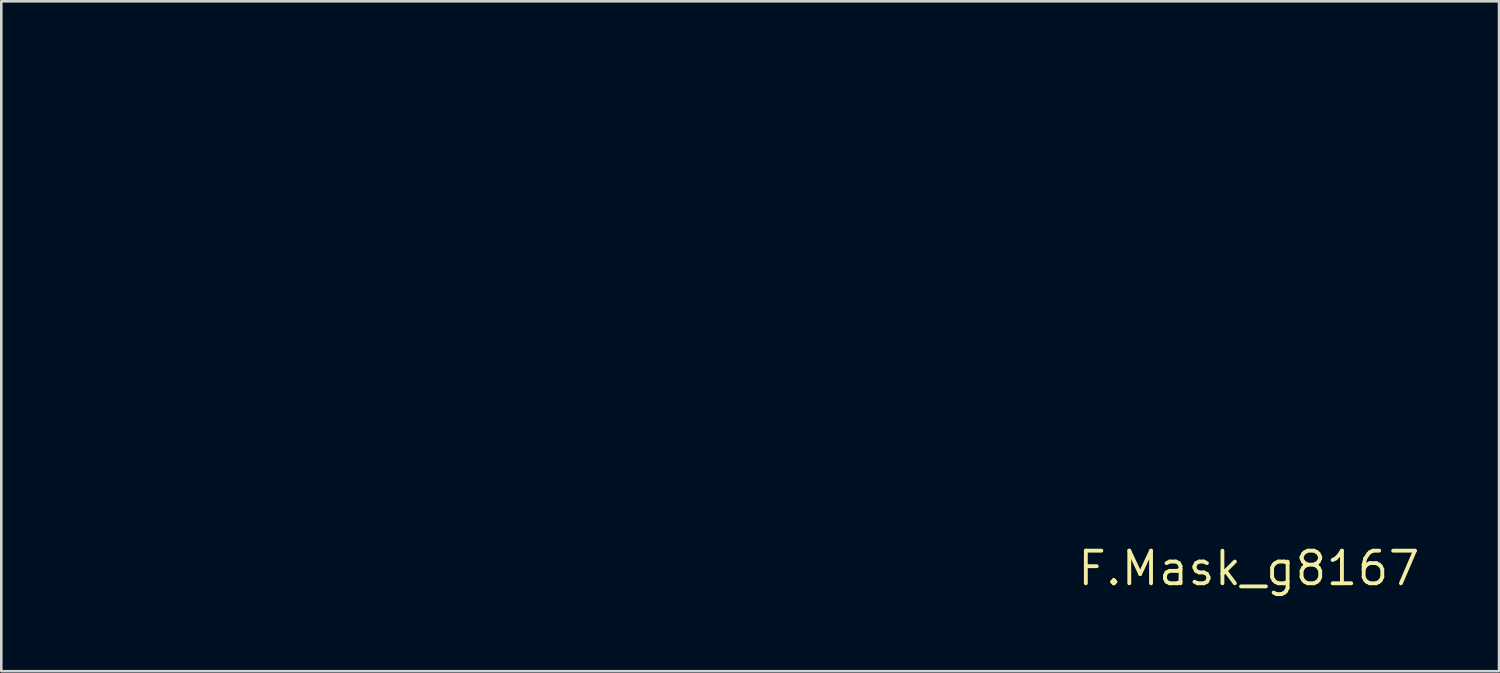
<source format=kicad_pcb>
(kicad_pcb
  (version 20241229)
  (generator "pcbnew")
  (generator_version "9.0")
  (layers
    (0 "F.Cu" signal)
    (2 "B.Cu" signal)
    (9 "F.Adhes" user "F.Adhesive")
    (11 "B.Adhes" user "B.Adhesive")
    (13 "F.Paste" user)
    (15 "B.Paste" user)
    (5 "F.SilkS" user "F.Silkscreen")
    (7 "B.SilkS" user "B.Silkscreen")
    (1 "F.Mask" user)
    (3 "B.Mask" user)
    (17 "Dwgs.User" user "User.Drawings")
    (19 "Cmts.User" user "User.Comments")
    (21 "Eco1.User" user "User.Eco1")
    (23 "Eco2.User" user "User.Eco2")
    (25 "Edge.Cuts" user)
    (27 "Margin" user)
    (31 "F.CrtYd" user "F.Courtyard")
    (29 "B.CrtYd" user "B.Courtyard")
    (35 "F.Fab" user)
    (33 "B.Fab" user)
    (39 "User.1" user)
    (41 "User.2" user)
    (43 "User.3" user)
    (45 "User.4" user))
  (footprint "F.Mask_g8167"
    (layer "F.Cu")
    (at 45.608 19.097)
    (property "Reference" "F.Mask_g8167" (at 0 0 0) (layer "F.SilkS") (effects (font (size 1.27 1.27) (thickness 0.15))))
    (attr through_hole)
    (fp_poly (pts (xy -42.173 -19.066) (xy -41.963 -18.979) (xy -41.752 -18.822) (xy -41.743 -18.814) (xy -41.661 -18.74) (xy -41.595 -18.674) (xy -41.542 -18.607) (xy -41.501 -18.529) (xy -41.47 -18.431) (xy -41.448 -18.303) (xy -41.432 -18.136) (xy -41.421 -17.922) (xy -41.413 -17.65) (xy -41.408 -17.311) (xy -41.402 -16.933) (xy -41.381 -15.473) (xy -39.285 -15.45) (xy -39.285 -16.819) (xy -39.285 -17.215) (xy -39.282 -17.536) (xy -39.278 -17.791) (xy -39.272 -17.989) (xy -39.262 -18.139) (xy -39.25 -18.251) (xy -39.234 -18.334) (xy -39.221 -18.378) (xy -39.093 -18.638) (xy -38.915 -18.84) (xy -38.699 -18.982) (xy -38.456 -19.066) (xy -38.2 -19.088) (xy -37.943 -19.048) (xy -37.696 -18.945) (xy -37.473 -18.778) (xy -37.285 -18.546) (xy -37.282 -18.542) (xy -37.257 -18.499) (xy -37.237 -18.453) (xy -37.221 -18.393) (xy -37.209 -18.311) (xy -37.199 -18.198) (xy -37.191 -18.044) (xy -37.184 -17.84) (xy -37.179 -17.577) (xy -37.173 -17.246) (xy -37.169 -16.933) (xy -37.148 -15.473) (xy -36.449 -15.452) (xy -36.163 -15.441) (xy -35.945 -15.427) (xy -35.781 -15.405) (xy -35.656 -15.37) (xy -35.553 -15.318) (xy -35.456 -15.245) (xy -35.352 -15.145) (xy -35.341 -15.134) (xy -35.17 -14.925) (xy -35.072 -14.706) (xy -35.037 -14.45) (xy -35.037 -14.413) (xy -35.075 -14.117) (xy -35.189 -13.857) (xy -35.377 -13.637) (xy -35.408 -13.611) (xy -35.54 -13.51) (xy -35.661 -13.437) (xy -35.791 -13.387) (xy -35.945 -13.357) (xy -36.143 -13.341) (xy -36.402 -13.335) (xy -36.511 -13.335) (xy -37.126 -13.335) (xy -37.126 -10.964) (xy -36.587 -10.963) (xy -36.361 -10.959) (xy -36.148 -10.95) (xy -35.971 -10.936) (xy -35.856 -10.919) (xy -35.6 -10.819) (xy -35.373 -10.652) (xy -35.193 -10.433) (xy -35.073 -10.178) (xy -35.053 -10.103) (xy -35.036 -9.841) (xy -35.091 -9.576) (xy -35.209 -9.328) (xy -35.381 -9.115) (xy -35.554 -8.984) (xy -35.63 -8.942) (xy -35.701 -8.911) (xy -35.783 -8.889) (xy -35.89 -8.875) (xy -36.039 -8.866) (xy -36.245 -8.859) (xy -36.46 -8.855) (xy -37.169 -8.841) (xy -37.169 -7.425) (xy -37.169 -7.019) (xy -37.17 -6.687) (xy -37.175 -6.422) (xy -37.184 -6.212) (xy -37.199 -6.048) (xy -37.221 -5.921) (xy -37.252 -5.82) (xy -37.294 -5.737) (xy -37.348 -5.662) (xy -37.415 -5.584) (xy -37.465 -5.529) (xy -37.688 -5.345) (xy -37.94 -5.232) (xy -38.208 -5.19) (xy -38.476 -5.22) (xy -38.731 -5.322) (xy -38.957 -5.496) (xy -38.983 -5.523) (xy -39.06 -5.611) (xy -39.123 -5.697) (xy -39.173 -5.792) (xy -39.211 -5.904) (xy -39.24 -6.044) (xy -39.26 -6.22) (xy -39.273 -6.443) (xy -39.281 -6.721) (xy -39.284 -7.064) (xy -39.285 -7.482) (xy -39.285 -7.501) (xy -39.285 -8.848) (xy -41.402 -8.848) (xy -41.402 -7.428) (xy -41.402 -7.023) (xy -41.404 -6.693) (xy -41.408 -6.428) (xy -41.417 -6.219) (xy -41.431 -6.055) (xy -41.451 -5.928) (xy -41.48 -5.827) (xy -41.517 -5.742) (xy -41.566 -5.664) (xy -41.626 -5.584) (xy -41.656 -5.545) (xy -41.847 -5.369) (xy -42.088 -5.25) (xy -42.359 -5.194) (xy -42.641 -5.206) (xy -42.661 -5.21) (xy -42.884 -5.29) (xy -43.099 -5.433) (xy -43.278 -5.617) (xy -43.338 -5.706) (xy -43.455 -5.905) (xy -43.468 -7.377) (xy -43.48 -8.848) (xy -44.108 -8.848) (xy -44.469 -8.857) (xy -44.759 -8.886) (xy -44.988 -8.941) (xy -45.169 -9.027) (xy -45.312 -9.148) (xy -45.429 -9.309) (xy -45.49 -9.422) (xy -45.588 -9.71) (xy -45.603 -9.998) (xy -45.536 -10.276) (xy -45.39 -10.536) (xy -45.334 -10.604) (xy -45.219 -10.72) (xy -45.099 -10.808) (xy -44.958 -10.87) (xy -44.781 -10.912) (xy -44.554 -10.939) (xy -44.261 -10.954) (xy -44.164 -10.957) (xy -43.519 -10.973) (xy -43.519 -13.335) (xy -41.402 -13.335) (xy -41.402 -10.964) (xy -39.285 -10.964) (xy -39.285 -13.335) (xy -41.402 -13.335) (xy -43.519 -13.335) (xy -43.519 -13.377) (xy -44.185 -13.378) (xy -44.488 -13.382) (xy -44.722 -13.395) (xy -44.901 -13.421) (xy -45.042 -13.464) (xy -45.158 -13.528) (xy -45.265 -13.618) (xy -45.326 -13.679) (xy -45.482 -13.891) (xy -45.571 -14.134) (xy -45.598 -14.422) (xy -45.563 -14.721) (xy -45.457 -14.975) (xy -45.279 -15.184) (xy -45.029 -15.349) (xy -44.979 -15.373) (xy -44.898 -15.403) (xy -44.802 -15.425) (xy -44.674 -15.439) (xy -44.499 -15.447) (xy -44.261 -15.45) (xy -44.143 -15.451) (xy -43.476 -15.452) (xy -43.475 -16.88) (xy -43.475 -17.294) (xy -43.473 -17.632) (xy -43.467 -17.905) (xy -43.457 -18.121) (xy -43.44 -18.29) (xy -43.414 -18.422) (xy -43.378 -18.526) (xy -43.331 -18.611) (xy -43.27 -18.687) (xy -43.194 -18.763) (xy -43.127 -18.825) (xy -42.922 -18.977) (xy -42.698 -19.063) (xy -42.43 -19.092) (xy -42.406 -19.092) (xy -42.173 -19.066)) (stroke (width 0.01) (type solid)) (fill yes) (layer "F.Mask")))
  (gr_rect
    (start -3 -3)
    (end 55.358 23.103)
    (stroke (width 0.1) (type default))
    (fill no)
    (layer "Edge.Cuts")))
</source>
